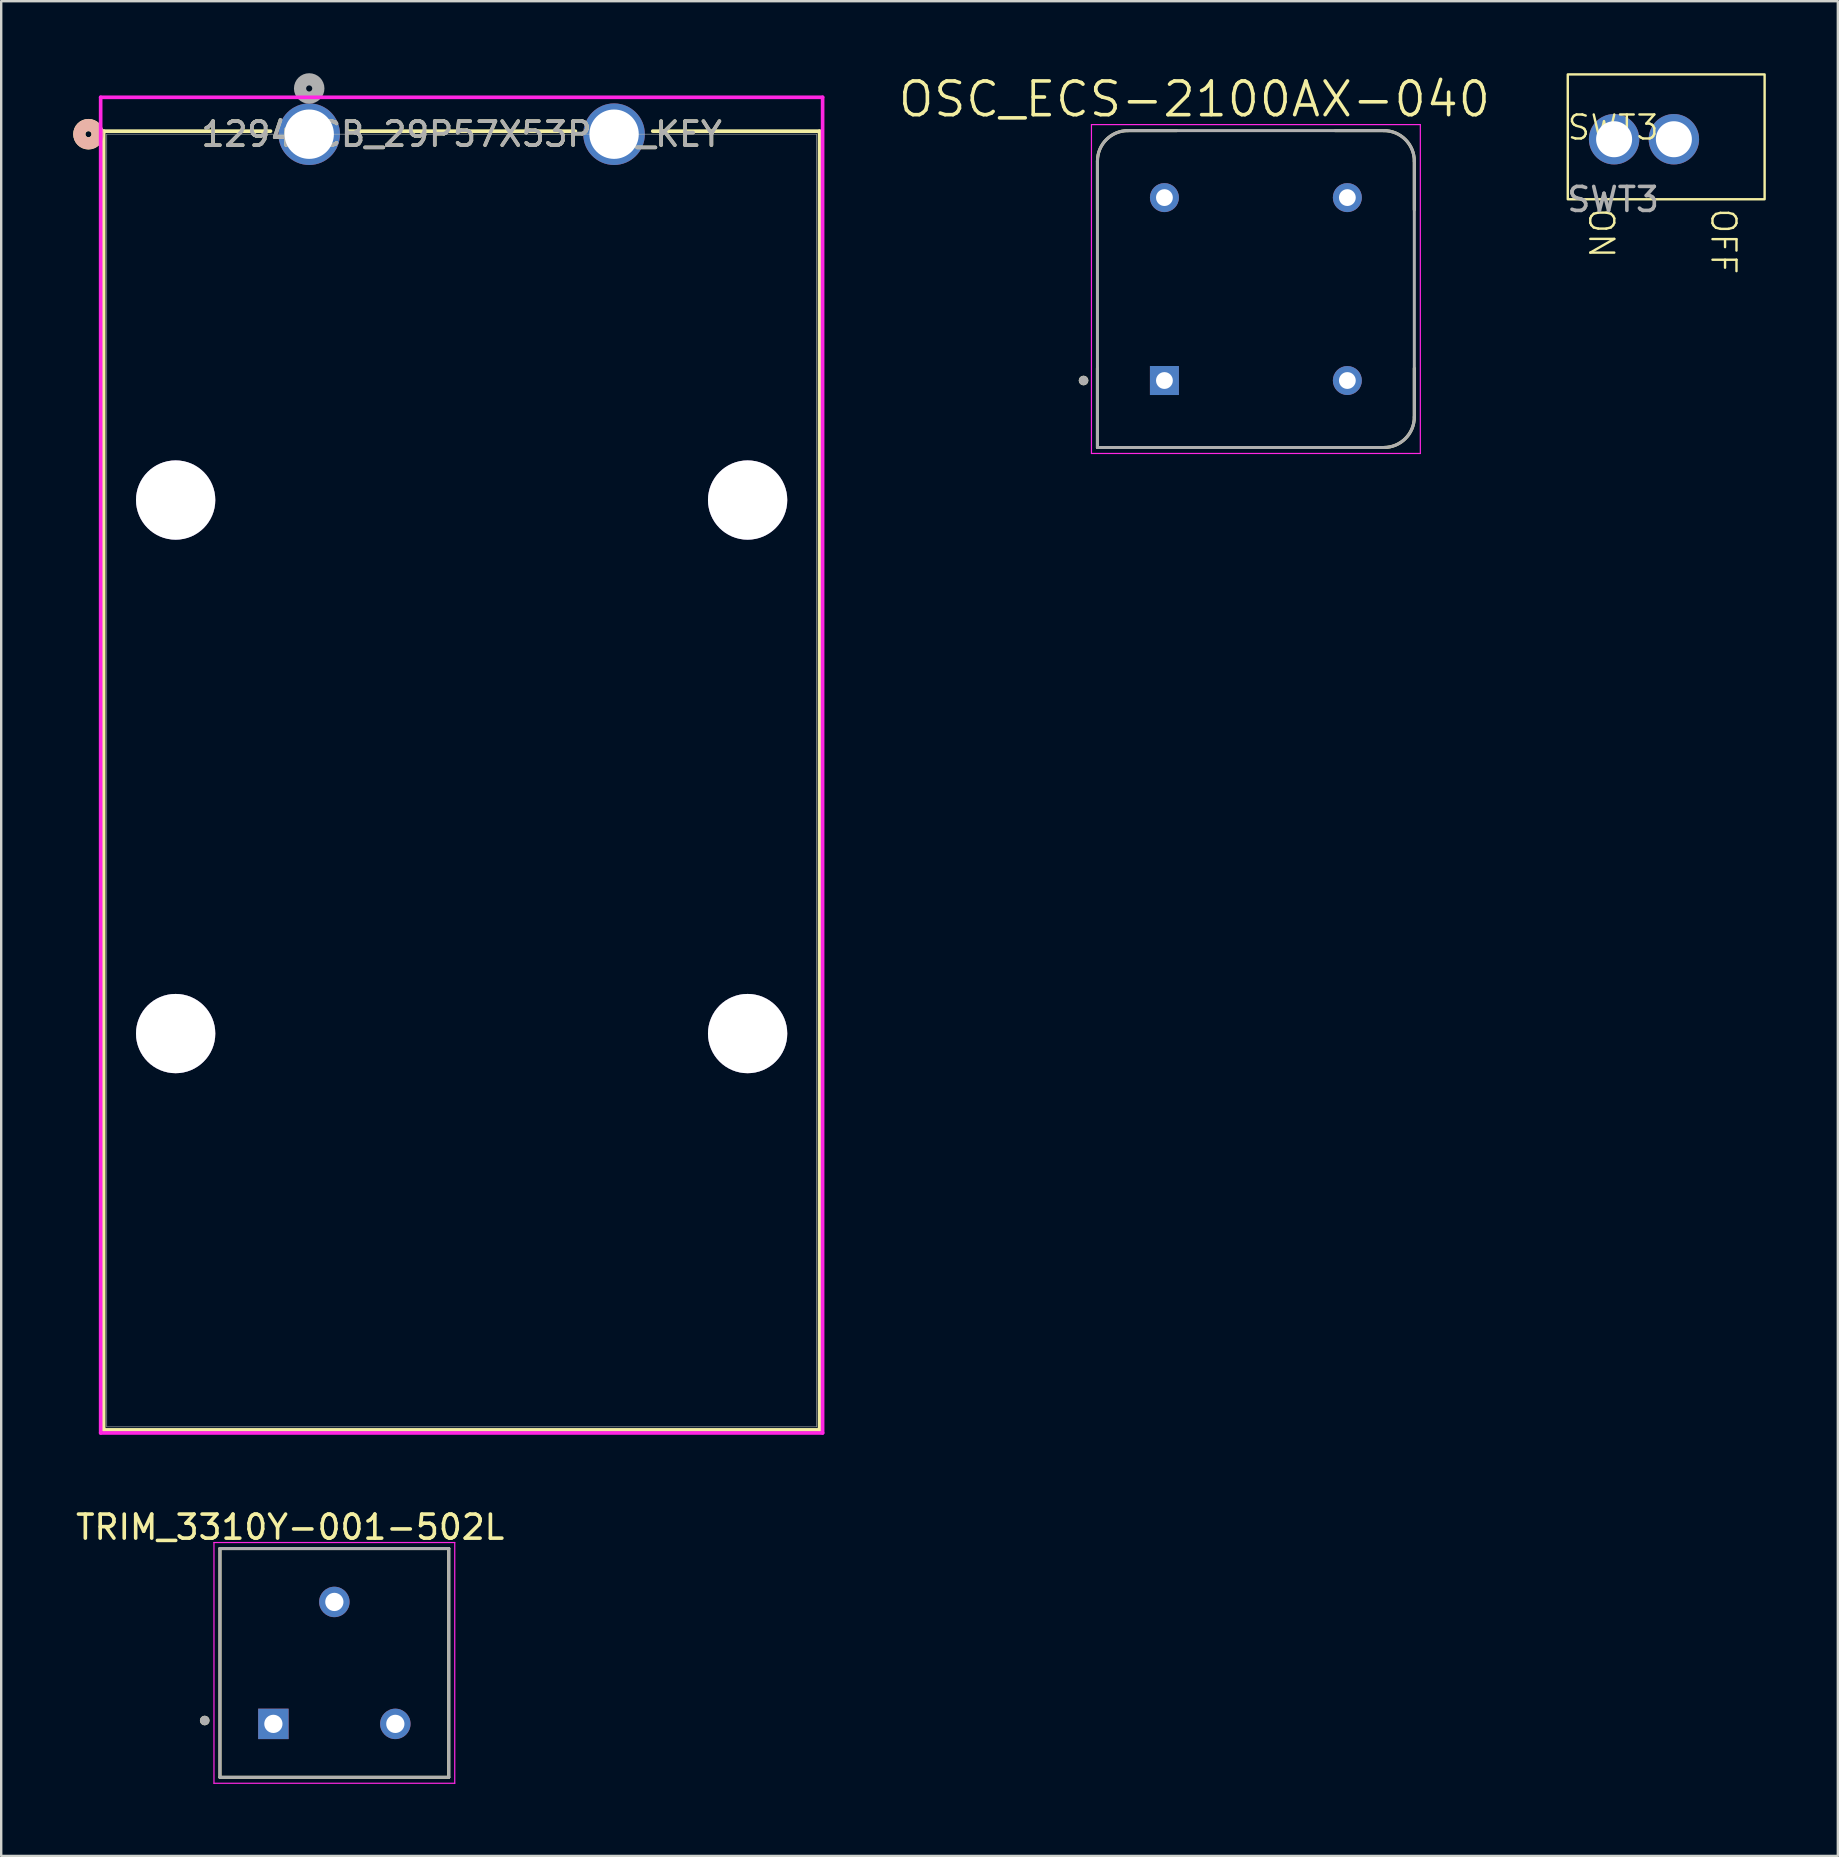
<source format=kicad_pcb>
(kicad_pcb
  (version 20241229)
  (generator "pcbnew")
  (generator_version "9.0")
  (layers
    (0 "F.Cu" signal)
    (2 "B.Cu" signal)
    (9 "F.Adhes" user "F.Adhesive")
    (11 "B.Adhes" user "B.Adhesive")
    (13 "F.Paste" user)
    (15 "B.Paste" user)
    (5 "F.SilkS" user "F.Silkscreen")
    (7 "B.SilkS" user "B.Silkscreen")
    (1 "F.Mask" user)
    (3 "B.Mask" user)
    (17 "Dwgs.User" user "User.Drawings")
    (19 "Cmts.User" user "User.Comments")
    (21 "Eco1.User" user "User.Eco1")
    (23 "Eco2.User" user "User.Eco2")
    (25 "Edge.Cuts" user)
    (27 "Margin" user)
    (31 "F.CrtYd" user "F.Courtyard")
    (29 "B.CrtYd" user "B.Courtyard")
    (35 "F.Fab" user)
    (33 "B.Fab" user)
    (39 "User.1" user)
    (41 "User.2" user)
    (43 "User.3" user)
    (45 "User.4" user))
  (footprint "OSC_ECS-2100AX-040"
    (layer "F.Cu")
    (at 49.266 8.991)
    (property "Reference" "OSC_ECS-2100AX-040" (at -2.561 -7.907 0) (layer "F.SilkS") (effects (font (size 1.403 1.403) (thickness 0.15))))
    (attr through_hole)
    (fp_line (start -6.6 -5.33) (end -6.6 -3.3) (stroke (width 0.127) (type solid)) (layer "F.SilkS"))
    (fp_line (start -6.6 6.6) (end -6.6 3.3) (stroke (width 0.127) (type solid)) (layer "F.SilkS"))
    (fp_line (start -3.3 -6.6) (end -5.33 -6.6) (stroke (width 0.127) (type solid)) (layer "F.SilkS"))
    (fp_line (start -3.3 6.6) (end -6.6 6.6) (stroke (width 0.127) (type solid)) (layer "F.SilkS"))
    (fp_line (start 3.3 -6.6) (end 5.33 -6.6) (stroke (width 0.127) (type solid)) (layer "F.SilkS"))
    (fp_line (start 3.3 6.6) (end 5.33 6.6) (stroke (width 0.127) (type solid)) (layer "F.SilkS"))
    (fp_line (start 6.6 -5.33) (end 6.6 -3.3) (stroke (width 0.127) (type solid)) (layer "F.SilkS"))
    (fp_line (start 6.6 5.33) (end 6.6 3.3) (stroke (width 0.127) (type solid)) (layer "F.SilkS"))
    (fp_arc (start -6.6 -5.33) (mid -6.228026 -6.228026) (end -5.33 -6.6) (stroke (width 0.127) (type solid)) (layer "F.SilkS"))
    (fp_arc (start 5.33 -6.6) (mid 6.228026 -6.228026) (end 6.6 -5.33) (stroke (width 0.127) (type solid)) (layer "F.SilkS"))
    (fp_arc (start 6.6 5.33) (mid 6.228026 6.228026) (end 5.33 6.6) (stroke (width 0.127) (type solid)) (layer "F.SilkS"))
    (fp_circle (center -7.179 3.81) (end -7.079 3.81) (stroke (width 0.2) (type solid)) (fill no) (layer "F.SilkS"))
    (fp_line (start -6.85 -6.85) (end 6.85 -6.85) (stroke (width 0.05) (type solid)) (layer "F.CrtYd"))
    (fp_line (start -6.85 6.85) (end -6.85 -6.85) (stroke (width 0.05) (type solid)) (layer "F.CrtYd"))
    (fp_line (start 6.85 -6.85) (end 6.85 6.85) (stroke (width 0.05) (type solid)) (layer "F.CrtYd"))
    (fp_line (start 6.85 6.85) (end -6.85 6.85) (stroke (width 0.05) (type solid)) (layer "F.CrtYd"))
    (fp_line (start -6.6 6.6) (end -6.6 -5.33) (stroke (width 0.127) (type solid)) (layer "F.Fab"))
    (fp_line (start -5.33 -6.6) (end 5.33 -6.6) (stroke (width 0.127) (type solid)) (layer "F.Fab"))
    (fp_line (start 5.33 6.6) (end -6.6 6.6) (stroke (width 0.127) (type solid)) (layer "F.Fab"))
    (fp_line (start 6.6 -5.33) (end 6.6 5.33) (stroke (width 0.127) (type solid)) (layer "F.Fab"))
    (fp_arc (start -6.6 -5.33) (mid -6.228026 -6.228026) (end -5.33 -6.6) (stroke (width 0.127) (type solid)) (layer "F.Fab"))
    (fp_arc (start 5.33 -6.6) (mid 6.228026 -6.228026) (end 6.6 -5.33) (stroke (width 0.127) (type solid)) (layer "F.Fab"))
    (fp_arc (start 6.6 5.33) (mid 6.228026 6.228026) (end 5.33 6.6) (stroke (width 0.127) (type solid)) (layer "F.Fab"))
    (fp_circle (center -7.179 3.81) (end -7.079 3.81) (stroke (width 0.2) (type solid)) (fill no) (layer "F.Fab"))
    (pad "1" thru_hole rect (at -3.81 3.81) (size 1.208 1.208) (drill 0.7) (layers "*.Cu" "*.Mask"))
    (pad "4" thru_hole circle (at 3.81 3.81) (size 1.208 1.208) (drill 0.7) (layers "*.Cu" "*.Mask"))
    (pad "5" thru_hole circle (at 3.81 -3.81) (size 1.208 1.208) (drill 0.7) (layers "*.Cu" "*.Mask"))
    (pad "8" thru_hole circle (at -3.81 -3.81) (size 1.208 1.208) (drill 0.7) (layers "*.Cu" "*.Mask")))
  (footprint "1294PCB_29P57X53P85_KEY"
    (layer "F.Cu")
    (at 9.83 2.54)
    (property "Reference" "1294PCB_29P57X53P85_KEY" (at 6.35 0 0) (unlocked yes) (layer "F.SilkS") (effects (font (size 1 1) (thickness 0.15))))
    (attr through_hole)
    (fp_line (start -8.56 -0.127) (end -8.56 53.975) (stroke (width 0.152) (type solid)) (layer "F.SilkS"))
    (fp_line (start -8.56 53.975) (end 21.26 53.975) (stroke (width 0.152) (type solid)) (layer "F.SilkS"))
    (fp_line (start -1.61 -0.127) (end -8.56 -0.127) (stroke (width 0.152) (type solid)) (layer "F.SilkS"))
    (fp_line (start 11.09 -0.127) (end 1.61 -0.127) (stroke (width 0.152) (type solid)) (layer "F.SilkS"))
    (fp_line (start 21.26 -0.127) (end 14.31 -0.127) (stroke (width 0.152) (type solid)) (layer "F.SilkS"))
    (fp_line (start 21.26 53.975) (end 21.26 -0.127) (stroke (width 0.152) (type solid)) (layer "F.SilkS"))
    (fp_circle (center -9.195 0) (end -8.814 0) (stroke (width 0.508) (type solid)) (fill no) (layer "F.SilkS"))
    (fp_circle (center -9.195 0) (end -8.814 0) (stroke (width 0.508) (type solid)) (fill no) (layer "B.SilkS"))
    (fp_line (start -8.687 -1.537) (end -8.687 54.102) (stroke (width 0.152) (type solid)) (layer "F.CrtYd"))
    (fp_line (start -8.687 54.102) (end 21.387 54.102) (stroke (width 0.152) (type solid)) (layer "F.CrtYd"))
    (fp_line (start 21.387 -1.537) (end -8.687 -1.537) (stroke (width 0.152) (type solid)) (layer "F.CrtYd"))
    (fp_line (start 21.387 54.102) (end 21.387 -1.537) (stroke (width 0.152) (type solid)) (layer "F.CrtYd"))
    (fp_line (start -8.433 0) (end -8.433 53.848) (stroke (width 0.025) (type solid)) (layer "F.Fab"))
    (fp_line (start -8.433 53.848) (end 21.133 53.848) (stroke (width 0.025) (type solid)) (layer "F.Fab"))
    (fp_line (start 21.133 0) (end -8.433 0) (stroke (width 0.025) (type solid)) (layer "F.Fab"))
    (fp_line (start 21.133 53.848) (end 21.133 0) (stroke (width 0.025) (type solid)) (layer "F.Fab"))
    (fp_circle (center 0 -1.905) (end 0.381 -1.905) (stroke (width 0.508) (type solid)) (fill no) (layer "F.Fab"))
    (fp_text user "${REFERENCE}" (at 6.35 0 0) (unlocked yes) (layer "F.Fab") (effects (font (size 1 1) (thickness 0.15))))
    (pad "1" thru_hole circle (at 0 0) (size 2.565 2.565) (drill 2.057) (layers "*.Cu" "*.Mask"))
    (pad "2" thru_hole circle (at 12.7 0) (size 2.565 2.565) (drill 2.057) (layers "*.Cu" "*.Mask"))
    (pad "3" thru_hole circle (at -5.563 15.24 90) (size 3.302 3.302) (drill 3.302) (layers "*.Cu" "*.Mask"))
    (pad "4" thru_hole circle (at 18.263 15.24 90) (size 3.302 3.302) (drill 3.302) (layers "*.Cu" "*.Mask"))
    (pad "5" thru_hole circle (at -5.563 37.465 90) (size 3.302 3.302) (drill 3.302) (layers "*.Cu" "*.Mask"))
    (pad "6" thru_hole circle (at 18.263 37.465 90) (size 3.302 3.302) (drill 3.302) (layers "*.Cu" "*.Mask")))
  (footprint "TRIM_3310Y-001-502L"
    (layer "F.Cu")
    (at 10.878 66.221)
    (property "Reference" "TRIM_3310Y-001-502L" (at -1.841 -5.654 0) (layer "F.SilkS") (effects (font (size 1.001 1.001) (thickness 0.15))))
    (attr through_hole)
    (fp_line (start -4.765 -4.765) (end -4.765 4.765) (stroke (width 0.127) (type solid)) (layer "F.SilkS"))
    (fp_line (start -4.765 4.765) (end 4.765 4.765) (stroke (width 0.127) (type solid)) (layer "F.SilkS"))
    (fp_line (start 4.765 -4.765) (end -4.765 -4.765) (stroke (width 0.127) (type solid)) (layer "F.SilkS"))
    (fp_line (start 4.765 4.765) (end 4.765 -4.765) (stroke (width 0.127) (type solid)) (layer "F.SilkS"))
    (fp_circle (center -5.4 2.4) (end -5.3 2.4) (stroke (width 0.2) (type solid)) (fill no) (layer "F.SilkS"))
    (fp_line (start -5.015 -5.015) (end 5.015 -5.015) (stroke (width 0.05) (type solid)) (layer "F.CrtYd"))
    (fp_line (start -5.015 5.015) (end -5.015 -5.015) (stroke (width 0.05) (type solid)) (layer "F.CrtYd"))
    (fp_line (start 5.015 -5.015) (end 5.015 5.015) (stroke (width 0.05) (type solid)) (layer "F.CrtYd"))
    (fp_line (start 5.015 5.015) (end -5.015 5.015) (stroke (width 0.05) (type solid)) (layer "F.CrtYd"))
    (fp_line (start -4.765 -4.765) (end 4.765 -4.765) (stroke (width 0.127) (type solid)) (layer "F.Fab"))
    (fp_line (start -4.765 4.765) (end -4.765 -4.765) (stroke (width 0.127) (type solid)) (layer "F.Fab"))
    (fp_line (start 4.765 -4.765) (end 4.765 4.765) (stroke (width 0.127) (type solid)) (layer "F.Fab"))
    (fp_line (start 4.765 4.765) (end -4.765 4.765) (stroke (width 0.127) (type solid)) (layer "F.Fab"))
    (fp_circle (center -5.4 2.4) (end -5.3 2.4) (stroke (width 0.2) (type solid)) (fill no) (layer "F.Fab"))
    (pad "1" thru_hole rect (at -2.54 2.54) (size 1.268 1.268) (drill 0.76) (layers "*.Cu" "*.Mask"))
    (pad "2" thru_hole circle (at 0 -2.54) (size 1.268 1.268) (drill 0.76) (layers "*.Cu" "*.Mask"))
    (pad "3" thru_hole circle (at 2.54 2.54) (size 1.268 1.268) (drill 0.76) (layers "*.Cu" "*.Mask")))
  (footprint "SWT3"
    (layer "F.Cu")
    (at 64.148 2.76)
    (property "Reference" "SWT3" (at 0 -0.5 0) (unlocked yes) (layer "F.SilkS") (effects (font (size 1 1) (thickness 0.1))))
    (attr through_hole)
    (fp_rect (start -1.89 -2.71) (end 6.31 2.49) (stroke (width 0.1) (type default)) (fill no) (layer "F.SilkS"))
    (fp_text user "ON" (at -1.08 2.79 270) (unlocked yes) (layer "F.SilkS") (effects (font (size 1 1) (thickness 0.1)) (justify left bottom)))
    (fp_text user "OFF" (at 4.01 2.8 270) (unlocked yes) (layer "F.SilkS") (effects (font (size 1 1) (thickness 0.1)) (justify left bottom)))
    (fp_text user "${REFERENCE}" (at 0 2.5 0) (unlocked yes) (layer "F.Fab") (effects (font (size 1 1) (thickness 0.15))))
    (pad "1" thru_hole circle (at 0.04 -0.01) (size 2.1 2.1) (drill 1.5) (layers "*.Cu" "*.Mask" "Eco1.User"))
    (pad "2" thru_hole circle (at 2.53 -0.01) (size 2.1 2.1) (drill 1.5) (layers "*.Cu" "*.Mask" "Eco1.User")))
  (gr_rect
    (start -3 -3)
    (end 73.508 74.261)
    (stroke (width 0.1) (type default))
    (fill no)
    (layer "Edge.Cuts")))
</source>
